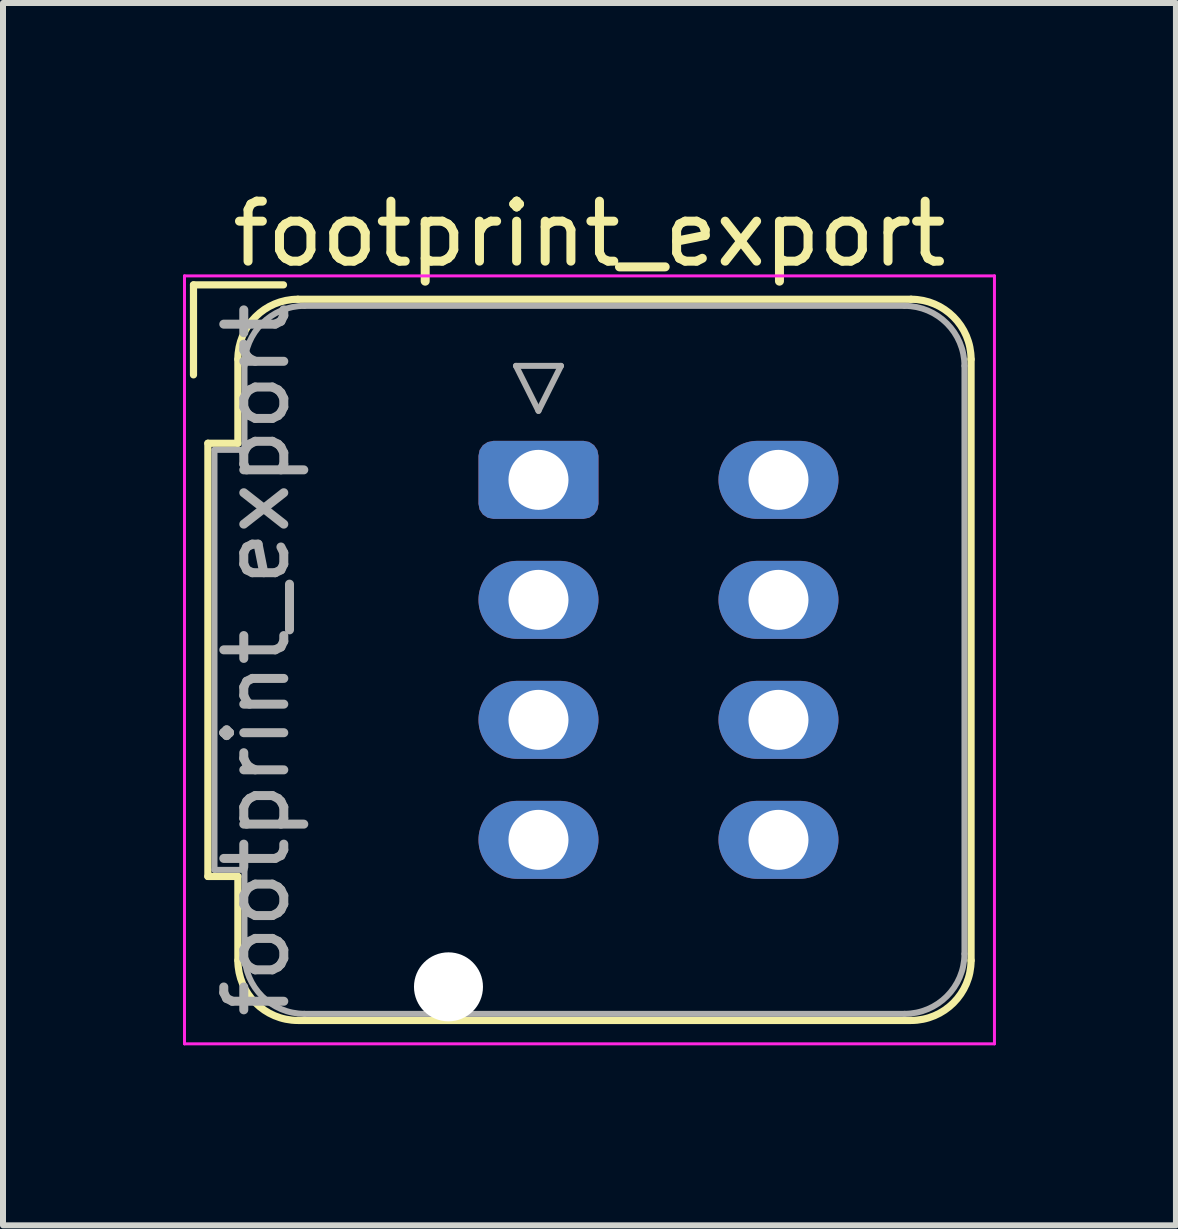
<source format=kicad_pcb>
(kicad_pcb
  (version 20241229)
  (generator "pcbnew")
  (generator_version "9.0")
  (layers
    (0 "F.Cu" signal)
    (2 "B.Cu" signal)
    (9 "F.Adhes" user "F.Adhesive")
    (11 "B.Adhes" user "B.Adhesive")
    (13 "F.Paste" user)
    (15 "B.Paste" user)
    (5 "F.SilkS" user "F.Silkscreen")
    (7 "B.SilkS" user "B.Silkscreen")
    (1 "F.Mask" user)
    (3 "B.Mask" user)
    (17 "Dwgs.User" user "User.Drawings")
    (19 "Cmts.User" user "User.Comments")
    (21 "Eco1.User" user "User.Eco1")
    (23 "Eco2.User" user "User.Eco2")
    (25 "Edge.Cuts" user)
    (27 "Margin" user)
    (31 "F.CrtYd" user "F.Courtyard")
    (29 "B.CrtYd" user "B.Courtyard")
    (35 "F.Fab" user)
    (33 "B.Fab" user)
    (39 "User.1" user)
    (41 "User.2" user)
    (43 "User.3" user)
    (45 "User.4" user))
  (footprint "footprint_export"
    (layer "F.Cu")
    (at 5.925 4.948)
    (property "Reference" "footprint_export" (at 0.85 -4.1 0) (layer "F.SilkS") (effects (font (size 1 1) (thickness 0.15))))
    (attr through_hole)
    (fp_line (start -5.75 -3.25) (end -4.25 -3.25) (stroke (width 0.12) (type solid)) (layer "F.SilkS"))
    (fp_line (start -5.75 -1.75) (end -5.75 -3.25) (stroke (width 0.12) (type solid)) (layer "F.SilkS"))
    (fp_line (start -5.51 -0.61) (end -5.51 6.61) (stroke (width 0.12) (type solid)) (layer "F.SilkS"))
    (fp_line (start -5.51 6.61) (end -5.01 6.61) (stroke (width 0.12) (type solid)) (layer "F.SilkS"))
    (fp_line (start -5.01 -2.01) (end -5.01 -0.61) (stroke (width 0.12) (type solid)) (layer "F.SilkS"))
    (fp_line (start -5.01 -0.61) (end -5.51 -0.61) (stroke (width 0.12) (type solid)) (layer "F.SilkS"))
    (fp_line (start -5.01 6.61) (end -5.01 8.01) (stroke (width 0.12) (type solid)) (layer "F.SilkS"))
    (fp_line (start -4.01 -3.01) (end 6.21 -3.01) (stroke (width 0.12) (type solid)) (layer "F.SilkS"))
    (fp_line (start -4.01 9.01) (end 6.21 9.01) (stroke (width 0.12) (type solid)) (layer "F.SilkS"))
    (fp_line (start 7.21 -2.01) (end 7.21 8.01) (stroke (width 0.12) (type solid)) (layer "F.SilkS"))
    (fp_arc (start -5.01 -2.01) (mid -4.717107 -2.717107) (end -4.01 -3.01) (stroke (width 0.12) (type solid)) (layer "F.SilkS"))
    (fp_arc (start -4.01 9.01) (mid -4.717107 8.717107) (end -5.01 8.01) (stroke (width 0.12) (type solid)) (layer "F.SilkS"))
    (fp_arc (start 6.21 -3.01) (mid 6.917107 -2.717107) (end 7.21 -2.01) (stroke (width 0.12) (type solid)) (layer "F.SilkS"))
    (fp_arc (start 7.21 8.01) (mid 6.917107 8.717107) (end 6.21 9.01) (stroke (width 0.12) (type solid)) (layer "F.SilkS"))
    (fp_line (start -5.9 -3.4) (end -5.9 9.4) (stroke (width 0.05) (type solid)) (layer "F.CrtYd"))
    (fp_line (start -5.9 9.4) (end 7.6 9.4) (stroke (width 0.05) (type solid)) (layer "F.CrtYd"))
    (fp_line (start 7.6 -3.4) (end -5.9 -3.4) (stroke (width 0.05) (type solid)) (layer "F.CrtYd"))
    (fp_line (start 7.6 9.4) (end 7.6 -3.4) (stroke (width 0.05) (type solid)) (layer "F.CrtYd"))
    (fp_line (start -5.4 -0.5) (end -5.4 6.5) (stroke (width 0.1) (type solid)) (layer "F.Fab"))
    (fp_line (start -5.4 6.5) (end -4.9 6.5) (stroke (width 0.1) (type solid)) (layer "F.Fab"))
    (fp_line (start -4.9 -1.9) (end -4.9 -0.5) (stroke (width 0.1) (type solid)) (layer "F.Fab"))
    (fp_line (start -4.9 -0.5) (end -5.4 -0.5) (stroke (width 0.1) (type solid)) (layer "F.Fab"))
    (fp_line (start -4.9 6.5) (end -4.9 7.9) (stroke (width 0.1) (type solid)) (layer "F.Fab"))
    (fp_line (start -3.9 -2.9) (end 6.1 -2.9) (stroke (width 0.1) (type solid)) (layer "F.Fab"))
    (fp_line (start -3.9 8.9) (end 6.1 8.9) (stroke (width 0.1) (type solid)) (layer "F.Fab"))
    (fp_line (start -0.375 -1.9) (end 0.375 -1.9) (stroke (width 0.1) (type solid)) (layer "F.Fab"))
    (fp_line (start 0 -1.15) (end -0.375 -1.9) (stroke (width 0.1) (type solid)) (layer "F.Fab"))
    (fp_line (start 0.375 -1.9) (end 0 -1.15) (stroke (width 0.1) (type solid)) (layer "F.Fab"))
    (fp_line (start 7.1 -1.9) (end 7.1 7.9) (stroke (width 0.1) (type solid)) (layer "F.Fab"))
    (fp_arc (start -4.9 -1.9) (mid -4.607107 -2.607107) (end -3.9 -2.9) (stroke (width 0.1) (type solid)) (layer "F.Fab"))
    (fp_arc (start -3.9 8.9) (mid -4.607107 8.607107) (end -4.9 7.9) (stroke (width 0.1) (type solid)) (layer "F.Fab"))
    (fp_arc (start 6.1 -2.9) (mid 6.807107 -2.607107) (end 7.1 -1.9) (stroke (width 0.1) (type solid)) (layer "F.Fab"))
    (fp_arc (start 7.1 7.9) (mid 6.807107 8.607107) (end 6.1 8.9) (stroke (width 0.1) (type solid)) (layer "F.Fab"))
    (fp_text user "${REFERENCE}" (at -4.7 3 90) (layer "F.Fab") (effects (font (size 1 1) (thickness 0.15))))
    (pad "" np_thru_hole circle (at -1.5 8.45) (size 1.15 1.15) (drill 1.15) (layers "*.Cu" "*.Mask"))
    (pad "1" thru_hole roundrect (at 0 0) (size 2 1.3) (drill 1) (layers "*.Cu" "*.Mask") (roundrect_rratio 0.192))
    (pad "2" thru_hole oval (at 0 2) (size 2 1.3) (drill 1) (layers "*.Cu" "*.Mask"))
    (pad "3" thru_hole oval (at 0 4) (size 2 1.3) (drill 1) (layers "*.Cu" "*.Mask"))
    (pad "4" thru_hole oval (at 0 6) (size 2 1.3) (drill 1) (layers "*.Cu" "*.Mask"))
    (pad "5" thru_hole oval (at 4 0) (size 2 1.3) (drill 1) (layers "*.Cu" "*.Mask"))
    (pad "6" thru_hole oval (at 4 2) (size 2 1.3) (drill 1) (layers "*.Cu" "*.Mask"))
    (pad "7" thru_hole oval (at 4 4) (size 2 1.3) (drill 1) (layers "*.Cu" "*.Mask"))
    (pad "8" thru_hole oval (at 4 6) (size 2 1.3) (drill 1) (layers "*.Cu" "*.Mask")))
  (gr_rect
    (start -3 -3)
    (end 16.55 17.373)
    (stroke (width 0.1) (type default))
    (fill no)
    (layer "Edge.Cuts")))
</source>
